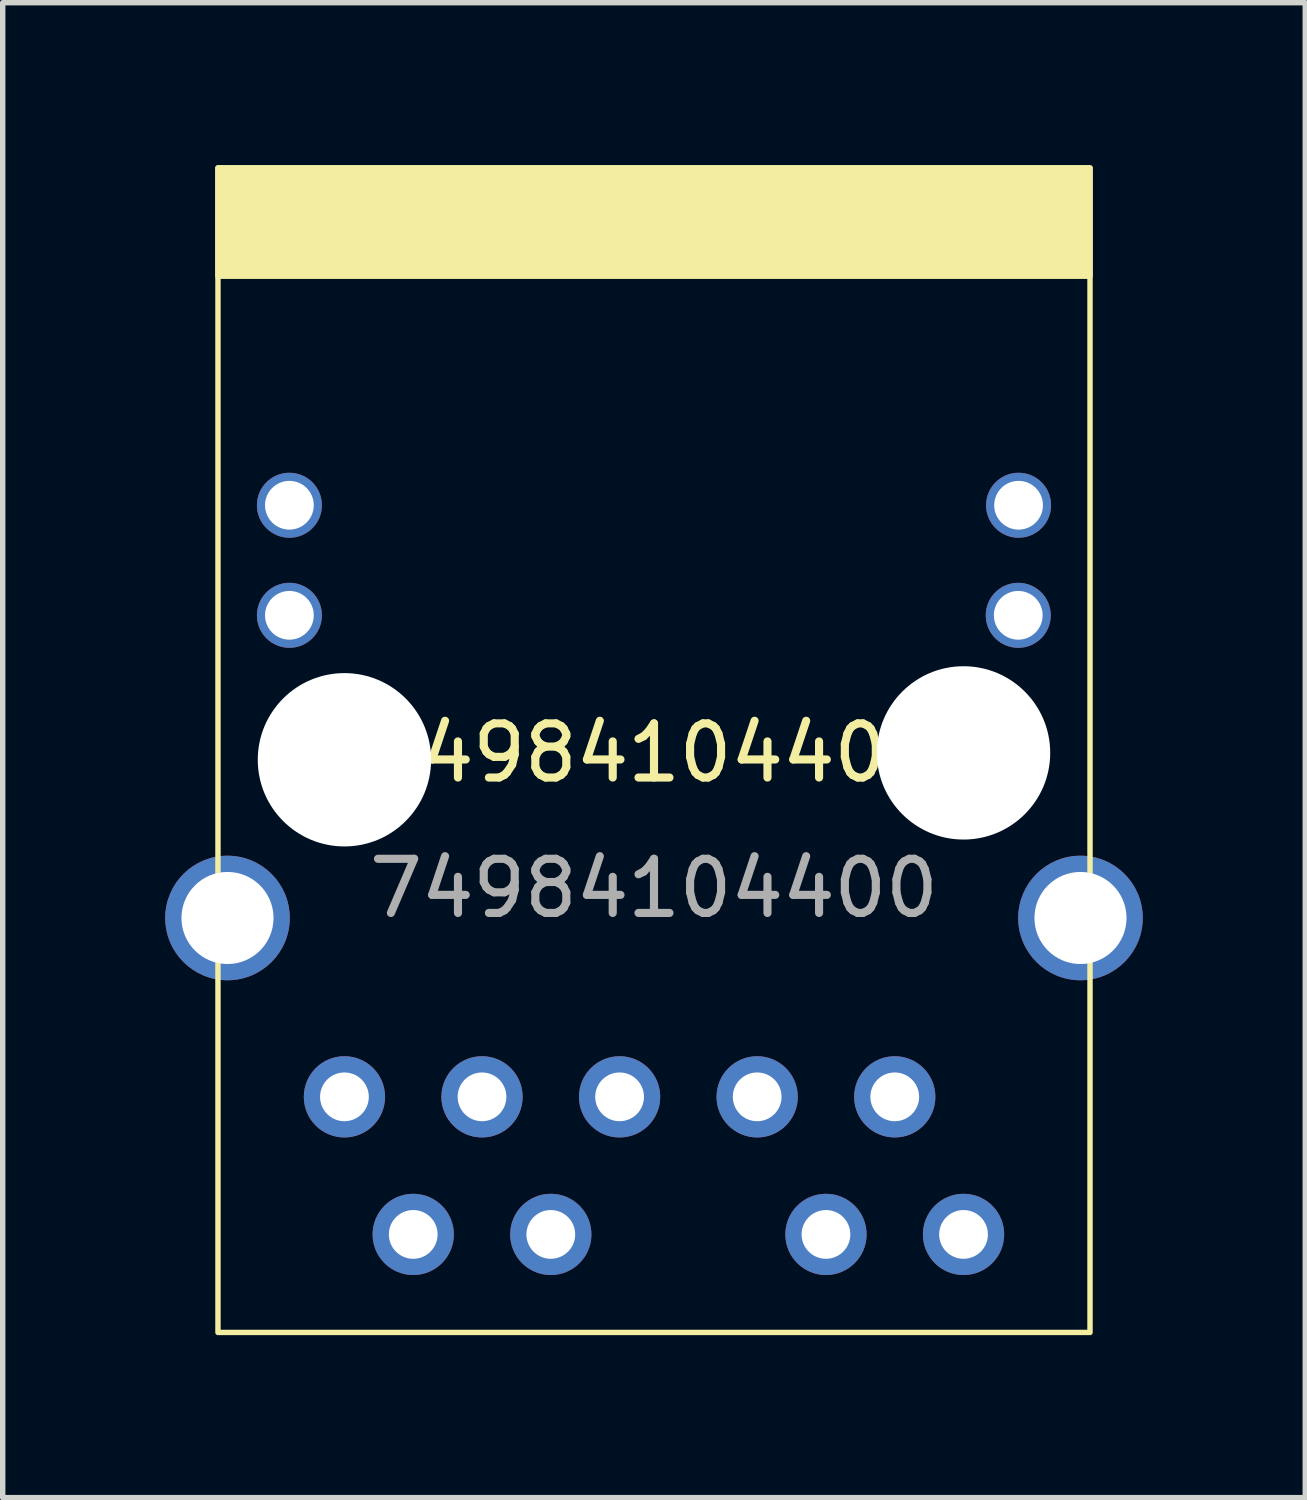
<source format=kicad_pcb>
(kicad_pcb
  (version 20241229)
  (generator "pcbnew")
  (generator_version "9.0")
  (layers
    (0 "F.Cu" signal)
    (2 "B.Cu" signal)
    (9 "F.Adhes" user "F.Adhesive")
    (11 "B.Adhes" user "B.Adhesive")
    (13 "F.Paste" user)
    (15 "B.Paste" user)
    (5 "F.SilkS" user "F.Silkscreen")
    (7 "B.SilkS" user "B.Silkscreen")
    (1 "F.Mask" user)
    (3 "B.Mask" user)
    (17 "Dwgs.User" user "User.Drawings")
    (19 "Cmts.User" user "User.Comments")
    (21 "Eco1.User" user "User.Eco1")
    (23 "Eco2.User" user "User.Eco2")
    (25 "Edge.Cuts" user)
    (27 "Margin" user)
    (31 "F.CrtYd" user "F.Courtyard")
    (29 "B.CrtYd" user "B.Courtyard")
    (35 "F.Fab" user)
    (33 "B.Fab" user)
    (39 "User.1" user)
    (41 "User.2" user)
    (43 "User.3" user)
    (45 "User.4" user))
  (footprint "74984104400"
    (layer "F.Cu")
    (at 9.024 10.85)
    (property "Reference" "74984104400" (at 0 0 0) (unlocked yes) (layer "F.SilkS") (effects (font (size 1 1) (thickness 0.15))))
    (attr through_hole)
    (fp_rect (start -8.05 -10.8) (end 8.05 -8.8) (stroke (width 0.1) (type solid)) (fill yes) (layer "F.SilkS"))
    (fp_rect (start -8.05 -10.8) (end 8.05 10.7) (stroke (width 0.1) (type default)) (fill no) (layer "F.SilkS"))
    (fp_text user "${REFERENCE}" (at 0 2.5 0) (unlocked yes) (layer "F.Fab") (effects (font (size 1 1) (thickness 0.15))))
    (pad "" np_thru_hole circle (at -5.715 0.127) (size 3.2 3.2) (drill 3.2) (layers "*.Cu" "*.Mask"))
    (pad "" np_thru_hole circle (at 5.715 0) (size 3.2 3.2) (drill 3.2) (layers "*.Cu" "*.Mask"))
    (pad "1" thru_hole circle (at -5.715 6.35) (size 1.5 1.5) (drill 0.9) (layers "*.Cu" "*.Mask"))
    (pad "2" thru_hole circle (at -4.445 8.89) (size 1.5 1.5) (drill 0.9) (layers "*.Cu" "*.Mask"))
    (pad "3" thru_hole circle (at -3.175 6.35) (size 1.5 1.5) (drill 0.9) (layers "*.Cu" "*.Mask"))
    (pad "4" thru_hole circle (at -1.905 8.89) (size 1.5 1.5) (drill 0.9) (layers "*.Cu" "*.Mask"))
    (pad "5" thru_hole circle (at -0.635 6.35) (size 1.5 1.5) (drill 0.9) (layers "*.Cu" "*.Mask"))
    (pad "7" thru_hole circle (at 1.905 6.35) (size 1.5 1.5) (drill 0.9) (layers "*.Cu" "*.Mask"))
    (pad "8" thru_hole circle (at 3.175 8.89) (size 1.5 1.5) (drill 0.9) (layers "*.Cu" "*.Mask"))
    (pad "9" thru_hole circle (at 4.445 6.35) (size 1.5 1.5) (drill 0.9) (layers "*.Cu" "*.Mask"))
    (pad "10" thru_hole circle (at 5.715 8.89) (size 1.5 1.5) (drill 0.9) (layers "*.Cu" "*.Mask"))
    (pad "11" thru_hole circle (at -6.731 -2.54) (size 1.2 1.2) (drill 0.9) (layers "*.Cu" "*.Mask"))
    (pad "12" thru_hole circle (at -6.731 -4.572) (size 1.2 1.2) (drill 0.9) (layers "*.Cu" "*.Mask"))
    (pad "13" thru_hole circle (at 6.725 -2.54) (size 1.2 1.2) (drill 0.9) (layers "*.Cu" "*.Mask"))
    (pad "14" thru_hole circle (at 6.731 -4.572) (size 1.2 1.2) (drill 0.9) (layers "*.Cu" "*.Mask"))
    (pad "SH" thru_hole circle (at -7.874 3.048) (size 2.3 2.3) (drill 1.7) (layers "*.Cu" "*.Mask"))
    (pad "SH" thru_hole circle (at 7.874 3.048) (size 2.3 2.3) (drill 1.7) (layers "*.Cu" "*.Mask")))
  (gr_rect
    (start -3 -3)
    (end 21.048 24.6)
    (stroke (width 0.1) (type default))
    (fill no)
    (layer "Edge.Cuts")))
</source>
